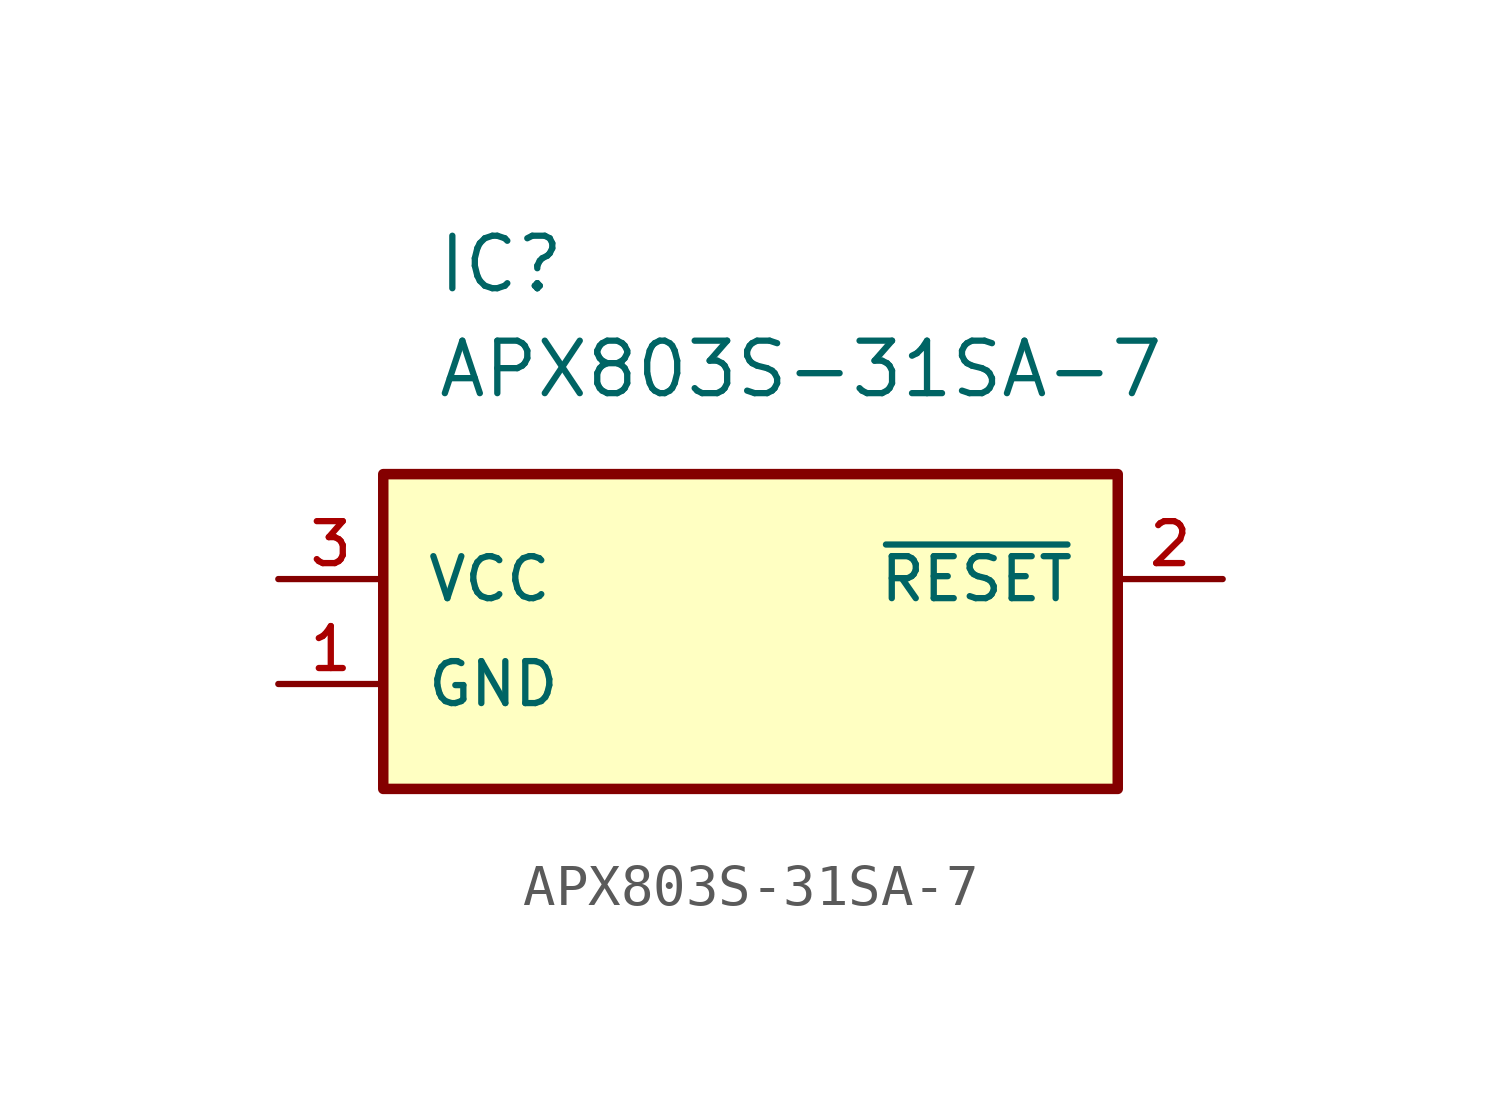
<source format=kicad_sym>
(kicad_symbol_lib
  (version 20211014)
  (generator kicad_symbol_editor)
  (symbol "APX803S-31SA-7"
    (pin_names
      (offset 1.016))
    (property "Reference" "IC"
      (at 1.27 5.08 0)
      (effects (font (size 1.27 1.27)) (justify left)))
    (property "Value" "APX803S-31SA-7"
      (at 1.27 2.54 0)
      (effects (font (size 1.27 1.27)) (justify left)))
    (symbol "APX803S-31SA-7_0_0"
      (rectangle (start 0.0 -7.62) (end 17.78 4.4408920985e-16) (stroke (width 0.254)) (fill (type background)))
      (pin bidirectional line (at -2.54 -5.08 0) (length 2.54) (name "GND" (effects (font (size 1.016 1.016)))) (number "1" (effects (font (size 1.016 1.016)))))
      (pin bidirectional line (at 20.32 -2.54 180.0) (length 2.54) (name "~{RESET}" (effects (font (size 1.016 1.016)))) (number "2" (effects (font (size 1.016 1.016)))))
      (pin bidirectional line (at -2.54 -2.54 0) (length 2.54) (name "VCC" (effects (font (size 1.016 1.016)))) (number "3" (effects (font (size 1.016 1.016))))))))
</source>
